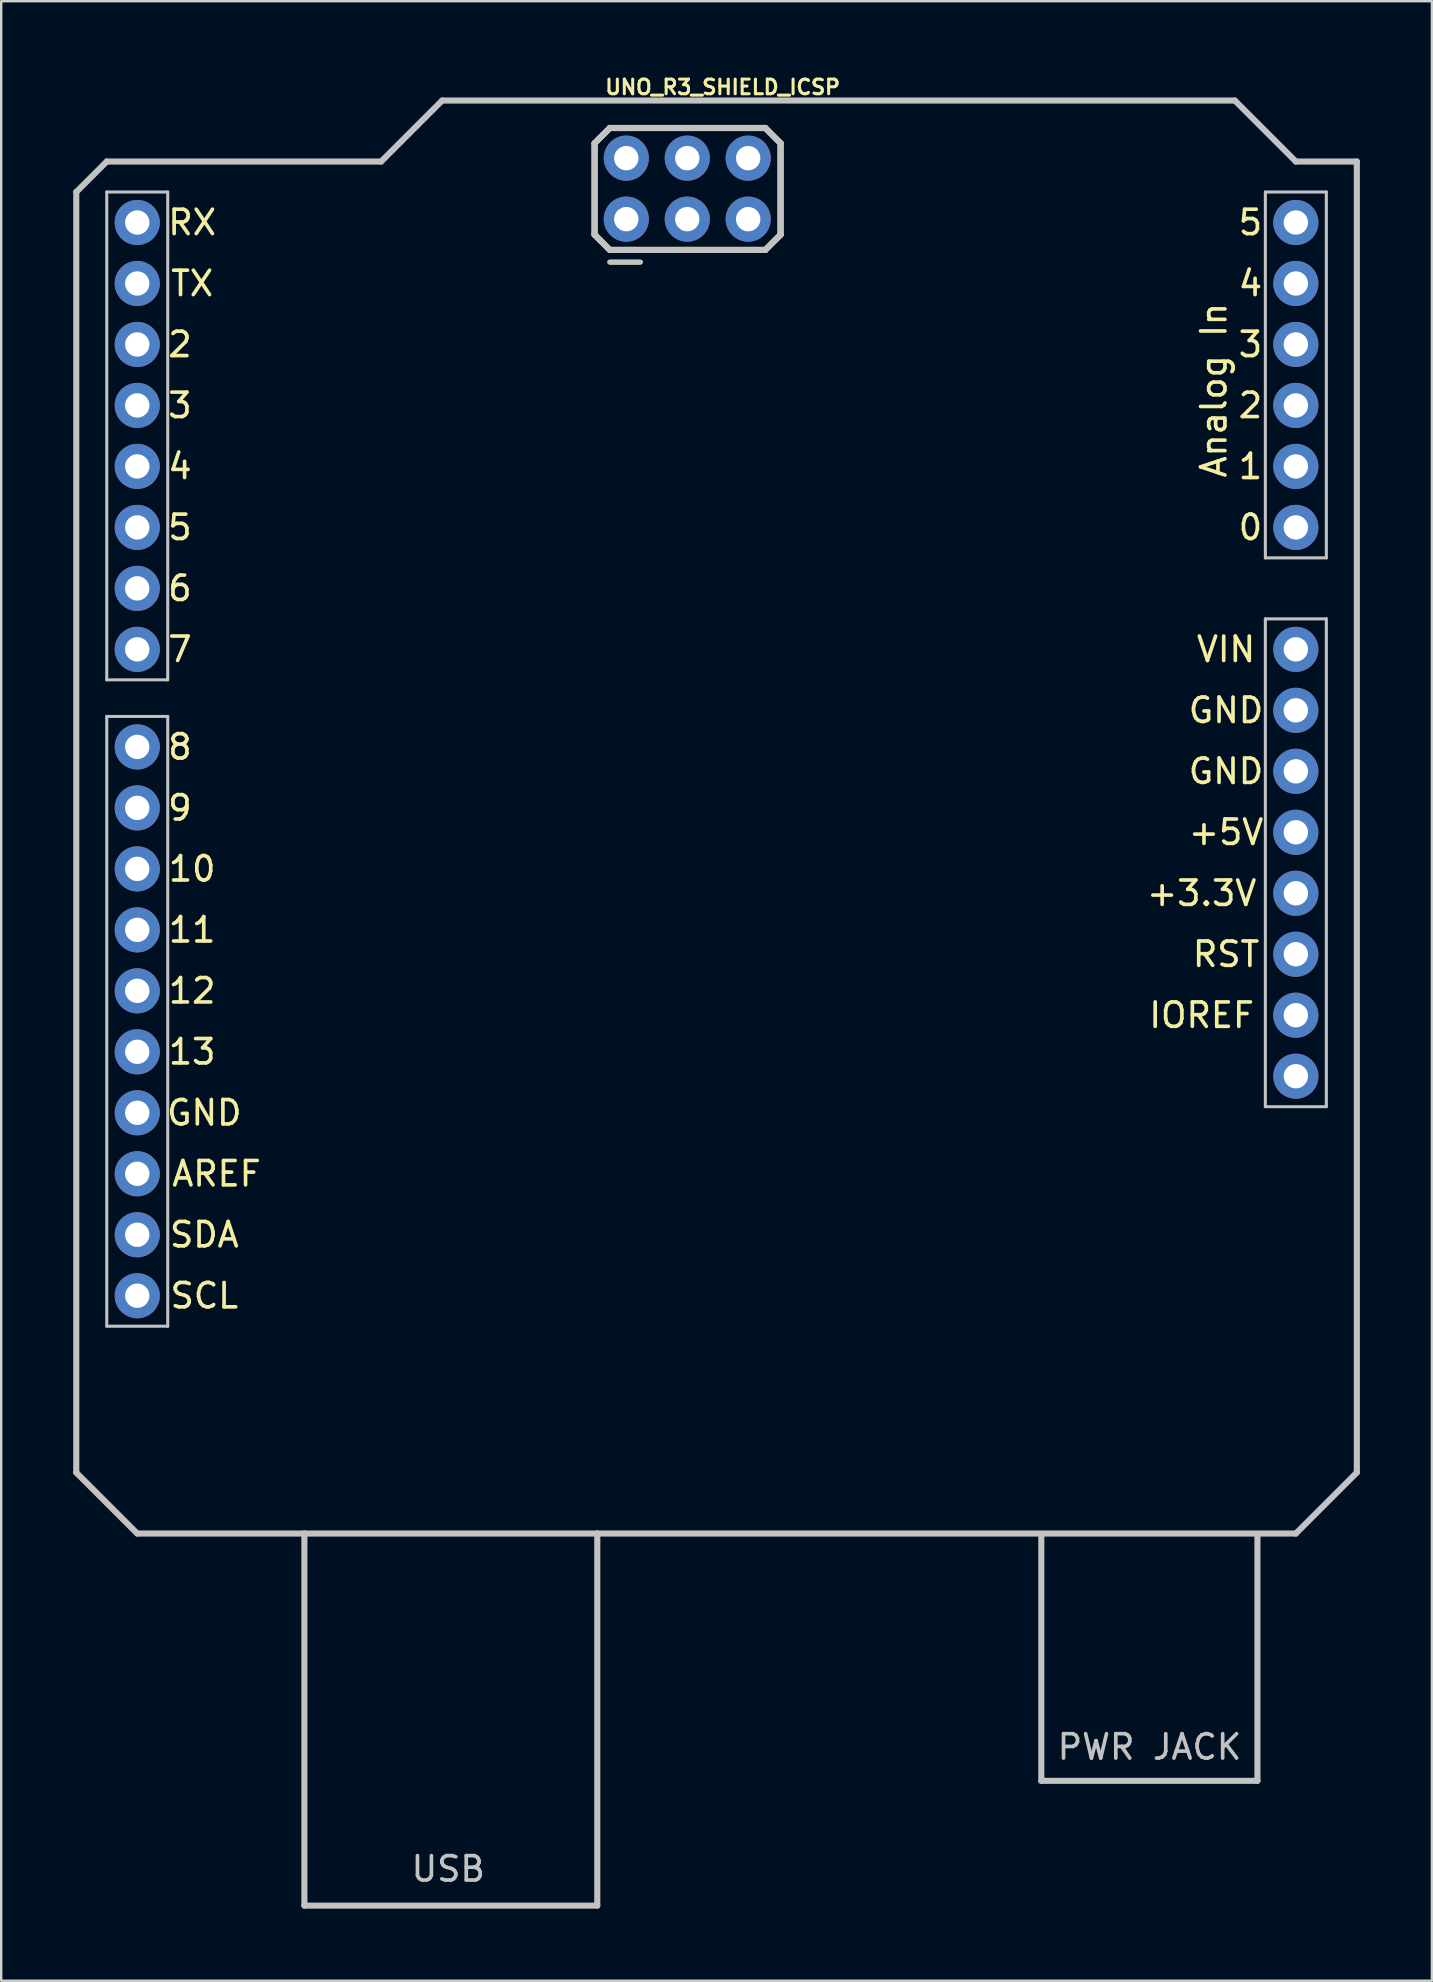
<source format=kicad_pcb>
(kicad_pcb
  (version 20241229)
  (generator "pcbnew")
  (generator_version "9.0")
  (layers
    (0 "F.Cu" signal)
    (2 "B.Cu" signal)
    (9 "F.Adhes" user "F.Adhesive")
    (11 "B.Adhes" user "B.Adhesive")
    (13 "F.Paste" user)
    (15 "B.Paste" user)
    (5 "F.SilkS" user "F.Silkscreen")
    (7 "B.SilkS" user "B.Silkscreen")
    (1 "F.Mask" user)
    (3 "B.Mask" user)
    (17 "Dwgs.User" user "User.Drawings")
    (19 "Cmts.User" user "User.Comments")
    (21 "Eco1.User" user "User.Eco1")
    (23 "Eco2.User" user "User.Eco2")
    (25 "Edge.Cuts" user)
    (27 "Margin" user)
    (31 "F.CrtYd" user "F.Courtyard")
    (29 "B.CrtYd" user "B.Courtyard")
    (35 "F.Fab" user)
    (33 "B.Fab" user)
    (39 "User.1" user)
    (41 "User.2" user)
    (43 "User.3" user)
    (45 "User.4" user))
  (footprint "UNO_R3_SHIELD_ICSP"
    (layer "F.Cu")
    (at 26.797 30.348)
    (property "Reference" "UNO_R3_SHIELD_ICSP" (at 0.254 -29.769 0) (layer "F.SilkS") (effects (font (size 0.61 0.61) (thickness 0.127))))
    (attr exclude_from_pos_files exclude_from_bom)
    (fp_line (start -5.08 -27.432) (end -4.445 -28.067) (stroke (width 0.254) (type solid)) (layer "F.SilkS"))
    (fp_line (start -5.08 -23.622) (end -5.08 -27.432) (stroke (width 0.254) (type solid)) (layer "F.SilkS"))
    (fp_line (start -4.445 -28.067) (end 2.032 -28.067) (stroke (width 0.254) (type solid)) (layer "F.SilkS"))
    (fp_line (start -4.445 -22.987) (end -5.08 -23.622) (stroke (width 0.254) (type solid)) (layer "F.SilkS"))
    (fp_line (start -3.175 -22.479) (end -4.445 -22.479) (stroke (width 0.203) (type solid)) (layer "F.SilkS"))
    (fp_line (start 2.032 -28.067) (end 2.667 -27.432) (stroke (width 0.254) (type solid)) (layer "F.SilkS"))
    (fp_line (start 2.032 -22.987) (end -4.445 -22.987) (stroke (width 0.254) (type solid)) (layer "F.SilkS"))
    (fp_line (start 2.667 -27.432) (end 2.667 -23.622) (stroke (width 0.254) (type solid)) (layer "F.SilkS"))
    (fp_line (start 2.667 -23.622) (end 2.032 -22.987) (stroke (width 0.254) (type solid)) (layer "F.SilkS"))
    (fp_line (start -26.67 -25.4) (end -26.67 27.94) (stroke (width 0.254) (type solid)) (layer "Dwgs.User"))
    (fp_line (start -26.67 27.94) (end -24.13 30.48) (stroke (width 0.254) (type solid)) (layer "Dwgs.User"))
    (fp_line (start -25.4 -26.67) (end -26.67 -25.4) (stroke (width 0.254) (type solid)) (layer "Dwgs.User"))
    (fp_line (start -25.4 -25.4) (end -22.86 -25.4) (stroke (width 0.127) (type solid)) (layer "Dwgs.User"))
    (fp_line (start -25.4 -5.08) (end -25.4 -25.4) (stroke (width 0.127) (type solid)) (layer "Dwgs.User"))
    (fp_line (start -25.4 -3.556) (end -22.86 -3.556) (stroke (width 0.127) (type solid)) (layer "Dwgs.User"))
    (fp_line (start -25.4 21.844) (end -25.4 -3.556) (stroke (width 0.127) (type solid)) (layer "Dwgs.User"))
    (fp_line (start -24.13 30.48) (end -17.168 30.48) (stroke (width 0.254) (type solid)) (layer "Dwgs.User"))
    (fp_line (start -22.86 -25.4) (end -22.86 -5.08) (stroke (width 0.127) (type solid)) (layer "Dwgs.User"))
    (fp_line (start -22.86 -5.08) (end -25.4 -5.08) (stroke (width 0.127) (type solid)) (layer "Dwgs.User"))
    (fp_line (start -22.86 -3.556) (end -22.86 21.844) (stroke (width 0.127) (type solid)) (layer "Dwgs.User"))
    (fp_line (start -22.86 21.844) (end -25.4 21.844) (stroke (width 0.127) (type solid)) (layer "Dwgs.User"))
    (fp_line (start -17.168 30.48) (end -4.968 30.48) (stroke (width 0.254) (type solid)) (layer "Dwgs.User"))
    (fp_line (start -17.168 45.979) (end -17.168 30.48) (stroke (width 0.254) (type solid)) (layer "Dwgs.User"))
    (fp_line (start -17.168 45.979) (end -4.968 45.979) (stroke (width 0.254) (type solid)) (layer "Dwgs.User"))
    (fp_line (start -13.97 -26.67) (end -25.4 -26.67) (stroke (width 0.254) (type solid)) (layer "Dwgs.User"))
    (fp_line (start -11.43 -29.21) (end -13.97 -26.67) (stroke (width 0.254) (type solid)) (layer "Dwgs.User"))
    (fp_line (start -5.08 -27.432) (end -4.445 -28.067) (stroke (width 0.254) (type solid)) (layer "Dwgs.User"))
    (fp_line (start -5.08 -23.622) (end -5.08 -27.432) (stroke (width 0.254) (type solid)) (layer "Dwgs.User"))
    (fp_line (start -4.968 30.48) (end 24.13 30.48) (stroke (width 0.254) (type solid)) (layer "Dwgs.User"))
    (fp_line (start -4.968 45.979) (end -4.968 30.48) (stroke (width 0.254) (type solid)) (layer "Dwgs.User"))
    (fp_line (start -4.445 -28.067) (end 2.032 -28.067) (stroke (width 0.254) (type solid)) (layer "Dwgs.User"))
    (fp_line (start -4.445 -22.987) (end -5.08 -23.622) (stroke (width 0.254) (type solid)) (layer "Dwgs.User"))
    (fp_line (start -3.175 -22.479) (end -4.445 -22.479) (stroke (width 0.203) (type solid)) (layer "Dwgs.User"))
    (fp_line (start 2.032 -28.067) (end 2.667 -27.432) (stroke (width 0.254) (type solid)) (layer "Dwgs.User"))
    (fp_line (start 2.032 -22.987) (end -4.445 -22.987) (stroke (width 0.254) (type solid)) (layer "Dwgs.User"))
    (fp_line (start 2.667 -27.432) (end 2.667 -23.622) (stroke (width 0.254) (type solid)) (layer "Dwgs.User"))
    (fp_line (start 2.667 -23.622) (end 2.032 -22.987) (stroke (width 0.254) (type solid)) (layer "Dwgs.User"))
    (fp_line (start 13.528 40.78) (end 13.528 30.579) (stroke (width 0.254) (type solid)) (layer "Dwgs.User"))
    (fp_line (start 13.528 40.78) (end 22.53 40.78) (stroke (width 0.254) (type solid)) (layer "Dwgs.User"))
    (fp_line (start 21.59 -29.21) (end -11.43 -29.21) (stroke (width 0.254) (type solid)) (layer "Dwgs.User"))
    (fp_line (start 22.53 40.78) (end 22.53 30.579) (stroke (width 0.254) (type solid)) (layer "Dwgs.User"))
    (fp_line (start 22.86 -25.4) (end 25.4 -25.4) (stroke (width 0.127) (type solid)) (layer "Dwgs.User"))
    (fp_line (start 22.86 -10.16) (end 22.86 -25.4) (stroke (width 0.127) (type solid)) (layer "Dwgs.User"))
    (fp_line (start 22.86 -7.62) (end 22.86 12.7) (stroke (width 0.127) (type solid)) (layer "Dwgs.User"))
    (fp_line (start 22.86 12.7) (end 25.4 12.7) (stroke (width 0.127) (type solid)) (layer "Dwgs.User"))
    (fp_line (start 24.13 -26.67) (end 21.59 -29.21) (stroke (width 0.254) (type solid)) (layer "Dwgs.User"))
    (fp_line (start 24.13 30.48) (end 26.67 27.94) (stroke (width 0.254) (type solid)) (layer "Dwgs.User"))
    (fp_line (start 25.4 -25.4) (end 25.4 -10.16) (stroke (width 0.127) (type solid)) (layer "Dwgs.User"))
    (fp_line (start 25.4 -10.16) (end 22.86 -10.16) (stroke (width 0.127) (type solid)) (layer "Dwgs.User"))
    (fp_line (start 25.4 -7.62) (end 22.86 -7.62) (stroke (width 0.127) (type solid)) (layer "Dwgs.User"))
    (fp_line (start 25.4 12.7) (end 25.4 -7.62) (stroke (width 0.127) (type solid)) (layer "Dwgs.User"))
    (fp_line (start 26.67 -26.67) (end 24.13 -26.67) (stroke (width 0.254) (type solid)) (layer "Dwgs.User"))
    (fp_line (start 26.67 27.94) (end 26.67 -26.67) (stroke (width 0.254) (type solid)) (layer "Dwgs.User"))
    (fp_text user "4" (at 22.238 -21.59 180) (layer "F.SilkS") (effects (font (size 1.016 1.016) (thickness 0.152))))
    (fp_text user "GND" (at -21.336 12.954 0) (layer "F.SilkS") (effects (font (size 1.016 1.016) (thickness 0.152))))
    (fp_text user "5" (at -22.352 -11.43 0) (layer "F.SilkS") (effects (font (size 1.016 1.016) (thickness 0.152))))
    (fp_text user "SCL" (at -21.336 20.574 0) (layer "F.SilkS") (effects (font (size 1.016 1.016) (thickness 0.152))))
    (fp_text user "RST" (at 21.222 6.35 180) (layer "F.SilkS") (effects (font (size 1.016 1.016) (thickness 0.152))))
    (fp_text user "0" (at 22.238 -11.43 180) (layer "F.SilkS") (effects (font (size 1.016 1.016) (thickness 0.152))))
    (fp_text user "7" (at -22.352 -6.35 0) (layer "F.SilkS") (effects (font (size 1.016 1.016) (thickness 0.152))))
    (fp_text user "TX" (at -21.844 -21.59 0) (layer "F.SilkS") (effects (font (size 1.016 1.016) (thickness 0.152))))
    (fp_text user "+3.3V" (at 20.206 3.81 180) (layer "F.SilkS") (effects (font (size 1.016 1.016) (thickness 0.152))))
    (fp_text user "3" (at -22.352 -16.51 0) (layer "F.SilkS") (effects (font (size 1.016 1.016) (thickness 0.152))))
    (fp_text user "Analog In" (at 20.714 -17.145 270) (layer "F.SilkS") (effects (font (size 1.016 1.016) (thickness 0.152))))
    (fp_text user "6" (at -22.352 -8.89 0) (layer "F.SilkS") (effects (font (size 1.016 1.016) (thickness 0.152))))
    (fp_text user "RX" (at -21.844 -24.13 0) (layer "F.SilkS") (effects (font (size 1.016 1.016) (thickness 0.152))))
    (fp_text user "8" (at -22.352 -2.286 0) (layer "F.SilkS") (effects (font (size 1.016 1.016) (thickness 0.152))))
    (fp_text user "2" (at -22.352 -19.05 0) (layer "F.SilkS") (effects (font (size 1.016 1.016) (thickness 0.152))))
    (fp_text user "1" (at 22.238 -13.97 180) (layer "F.SilkS") (effects (font (size 1.016 1.016) (thickness 0.152))))
    (fp_text user "2" (at 22.238 -16.51 180) (layer "F.SilkS") (effects (font (size 1.016 1.016) (thickness 0.152))))
    (fp_text user "11" (at -21.844 5.334 0) (layer "F.SilkS") (effects (font (size 1.016 1.016) (thickness 0.152))))
    (fp_text user "GND" (at 21.222 -3.81 180) (layer "F.SilkS") (effects (font (size 1.016 1.016) (thickness 0.152))))
    (fp_text user "10" (at -21.844 2.794 0) (layer "F.SilkS") (effects (font (size 1.016 1.016) (thickness 0.152))))
    (fp_text user "GND" (at 21.222 -1.27 180) (layer "F.SilkS") (effects (font (size 1.016 1.016) (thickness 0.152))))
    (fp_text user "AREF" (at -20.828 15.494 0) (layer "F.SilkS") (effects (font (size 1.016 1.016) (thickness 0.152))))
    (fp_text user "3" (at 22.238 -19.05 180) (layer "F.SilkS") (effects (font (size 1.016 1.016) (thickness 0.152))))
    (fp_text user "9" (at -22.352 0.254 0) (layer "F.SilkS") (effects (font (size 1.016 1.016) (thickness 0.152))))
    (fp_text user "13" (at -21.844 10.414 0) (layer "F.SilkS") (effects (font (size 1.016 1.016) (thickness 0.152))))
    (fp_text user "12" (at -21.844 7.874 0) (layer "F.SilkS") (effects (font (size 1.016 1.016) (thickness 0.152))))
    (fp_text user "SDA" (at -21.336 18.034 0) (layer "F.SilkS") (effects (font (size 1.016 1.016) (thickness 0.152))))
    (fp_text user "IOREF" (at 20.206 8.89 180) (layer "F.SilkS") (effects (font (size 1.016 1.016) (thickness 0.152))))
    (fp_text user "5" (at 22.238 -24.13 180) (layer "F.SilkS") (effects (font (size 1.016 1.016) (thickness 0.152))))
    (fp_text user "+5V" (at 21.222 1.27 180) (layer "F.SilkS") (effects (font (size 1.016 1.016) (thickness 0.152))))
    (fp_text user "4" (at -22.352 -13.97 0) (layer "F.SilkS") (effects (font (size 1.016 1.016) (thickness 0.152))))
    (fp_text user "VIN" (at 21.222 -6.35 180) (layer "F.SilkS") (effects (font (size 1.016 1.016) (thickness 0.152))))
    (fp_text user "PWR JACK" (at 18.034 39.37 0) (layer "Dwgs.User") (effects (font (size 1.016 1.016) (thickness 0.152))))
    (fp_text user "USB" (at -11.176 44.45 0) (layer "Dwgs.User") (effects (font (size 1.016 1.016) (thickness 0.152))))
    (pad "3.3V" thru_hole circle (at 24.13 3.81) (size 1.88 1.88) (drill 1.016) (layers "*.Cu" "*.Paste" "*.Mask"))
    (pad "5V" thru_hole circle (at 24.13 1.27) (size 1.88 1.88) (drill 1.016) (layers "*.Cu" "*.Paste" "*.Mask"))
    (pad "5V_I" thru_hole circle (at -3.759 -26.81) (size 1.88 1.88) (drill 1.016) (layers "*.Cu" "*.Paste" "*.Mask"))
    (pad "A0" thru_hole circle (at 24.13 -11.43) (size 1.88 1.88) (drill 1.016) (layers "*.Cu" "*.Paste" "*.Mask"))
    (pad "A1" thru_hole circle (at 24.13 -13.97) (size 1.88 1.88) (drill 1.016) (layers "*.Cu" "*.Paste" "*.Mask"))
    (pad "A2" thru_hole circle (at 24.13 -16.51) (size 1.88 1.88) (drill 1.016) (layers "*.Cu" "*.Paste" "*.Mask"))
    (pad "A3" thru_hole circle (at 24.13 -19.05) (size 1.88 1.88) (drill 1.016) (layers "*.Cu" "*.Paste" "*.Mask"))
    (pad "A4" thru_hole circle (at 24.13 -21.59) (size 1.88 1.88) (drill 1.016) (layers "*.Cu" "*.Paste" "*.Mask"))
    (pad "A5" thru_hole circle (at 24.13 -24.13) (size 1.88 1.88) (drill 1.016) (layers "*.Cu" "*.Paste" "*.Mask"))
    (pad "AREF" thru_hole circle (at -24.13 15.494) (size 1.88 1.88) (drill 1.016) (layers "*.Cu" "*.Paste" "*.Mask"))
    (pad "D2" thru_hole circle (at -24.13 -19.05) (size 1.88 1.88) (drill 1.016) (layers "*.Cu" "*.Paste" "*.Mask"))
    (pad "D3" thru_hole circle (at -24.13 -16.51) (size 1.88 1.88) (drill 1.016) (layers "*.Cu" "*.Paste" "*.Mask"))
    (pad "D4" thru_hole circle (at -24.13 -13.97) (size 1.88 1.88) (drill 1.016) (layers "*.Cu" "*.Paste" "*.Mask"))
    (pad "D5" thru_hole circle (at -24.13 -11.43) (size 1.88 1.88) (drill 1.016) (layers "*.Cu" "*.Paste" "*.Mask"))
    (pad "D6" thru_hole circle (at -24.13 -8.89) (size 1.88 1.88) (drill 1.016) (layers "*.Cu" "*.Paste" "*.Mask"))
    (pad "D7" thru_hole circle (at -24.13 -6.35) (size 1.88 1.88) (drill 1.016) (layers "*.Cu" "*.Paste" "*.Mask"))
    (pad "D8" thru_hole circle (at -24.13 -2.286) (size 1.88 1.88) (drill 1.016) (layers "*.Cu" "*.Paste" "*.Mask"))
    (pad "D9" thru_hole circle (at -24.13 0.254) (size 1.88 1.88) (drill 1.016) (layers "*.Cu" "*.Paste" "*.Mask"))
    (pad "D10" thru_hole circle (at -24.13 2.794) (size 1.88 1.88) (drill 1.016) (layers "*.Cu" "*.Paste" "*.Mask"))
    (pad "D11" thru_hole circle (at -24.13 5.334) (size 1.88 1.88) (drill 1.016) (layers "*.Cu" "*.Paste" "*.Mask"))
    (pad "D12" thru_hole circle (at -24.13 7.874) (size 1.88 1.88) (drill 1.016) (layers "*.Cu" "*.Paste" "*.Mask"))
    (pad "D13" thru_hole circle (at -24.13 10.414) (size 1.88 1.88) (drill 1.016) (layers "*.Cu" "*.Paste" "*.Mask"))
    (pad "GND@" thru_hole circle (at -24.13 12.954) (size 1.88 1.88) (drill 1.016) (layers "*.Cu" "*.Paste" "*.Mask"))
    (pad "GND@" thru_hole circle (at 24.13 -3.81) (size 1.88 1.88) (drill 1.016) (layers "*.Cu" "*.Paste" "*.Mask"))
    (pad "GND@" thru_hole circle (at 24.13 -1.27) (size 1.88 1.88) (drill 1.016) (layers "*.Cu" "*.Paste" "*.Mask"))
    (pad "GND_" thru_hole circle (at 1.318 -26.81) (size 1.88 1.88) (drill 1.016) (layers "*.Cu" "*.Paste" "*.Mask"))
    (pad "IORE" thru_hole circle (at 24.13 8.89) (size 1.88 1.88) (drill 1.016) (layers "*.Cu" "*.Paste" "*.Mask"))
    (pad "MISO" thru_hole circle (at -3.759 -24.27) (size 1.88 1.88) (drill 1.016) (layers "*.Cu" "*.Paste" "*.Mask"))
    (pad "MOSI" thru_hole circle (at -1.219 -26.81) (size 1.88 1.88) (drill 1.016) (layers "*.Cu" "*.Paste" "*.Mask"))
    (pad "NC" thru_hole circle (at 24.13 11.43) (size 1.88 1.88) (drill 1.016) (layers "*.Cu" "*.Paste" "*.Mask"))
    (pad "RES" thru_hole circle (at 24.13 6.35) (size 1.88 1.88) (drill 1.016) (layers "*.Cu" "*.Paste" "*.Mask"))
    (pad "RST_" thru_hole circle (at 1.318 -24.27) (size 1.88 1.88) (drill 1.016) (layers "*.Cu" "*.Paste" "*.Mask"))
    (pad "RX" thru_hole circle (at -24.13 -24.13) (size 1.88 1.88) (drill 1.016) (layers "*.Cu" "*.Paste" "*.Mask"))
    (pad "SCK" thru_hole circle (at -1.219 -24.27) (size 1.88 1.88) (drill 1.016) (layers "*.Cu" "*.Paste" "*.Mask"))
    (pad "SCL" thru_hole circle (at -24.13 20.574) (size 1.88 1.88) (drill 1.016) (layers "*.Cu" "*.Paste" "*.Mask"))
    (pad "SDA" thru_hole circle (at -24.13 18.034) (size 1.88 1.88) (drill 1.016) (layers "*.Cu" "*.Paste" "*.Mask"))
    (pad "TX" thru_hole circle (at -24.13 -21.59) (size 1.88 1.88) (drill 1.016) (layers "*.Cu" "*.Paste" "*.Mask"))
    (pad "VIN" thru_hole circle (at 24.13 -6.35) (size 1.88 1.88) (drill 1.016) (layers "*.Cu" "*.Paste" "*.Mask")))
  (gr_rect
    (start -3 -3)
    (end 56.594 79.454)
    (stroke (width 0.1) (type default))
    (fill no)
    (layer "Edge.Cuts")))
</source>
